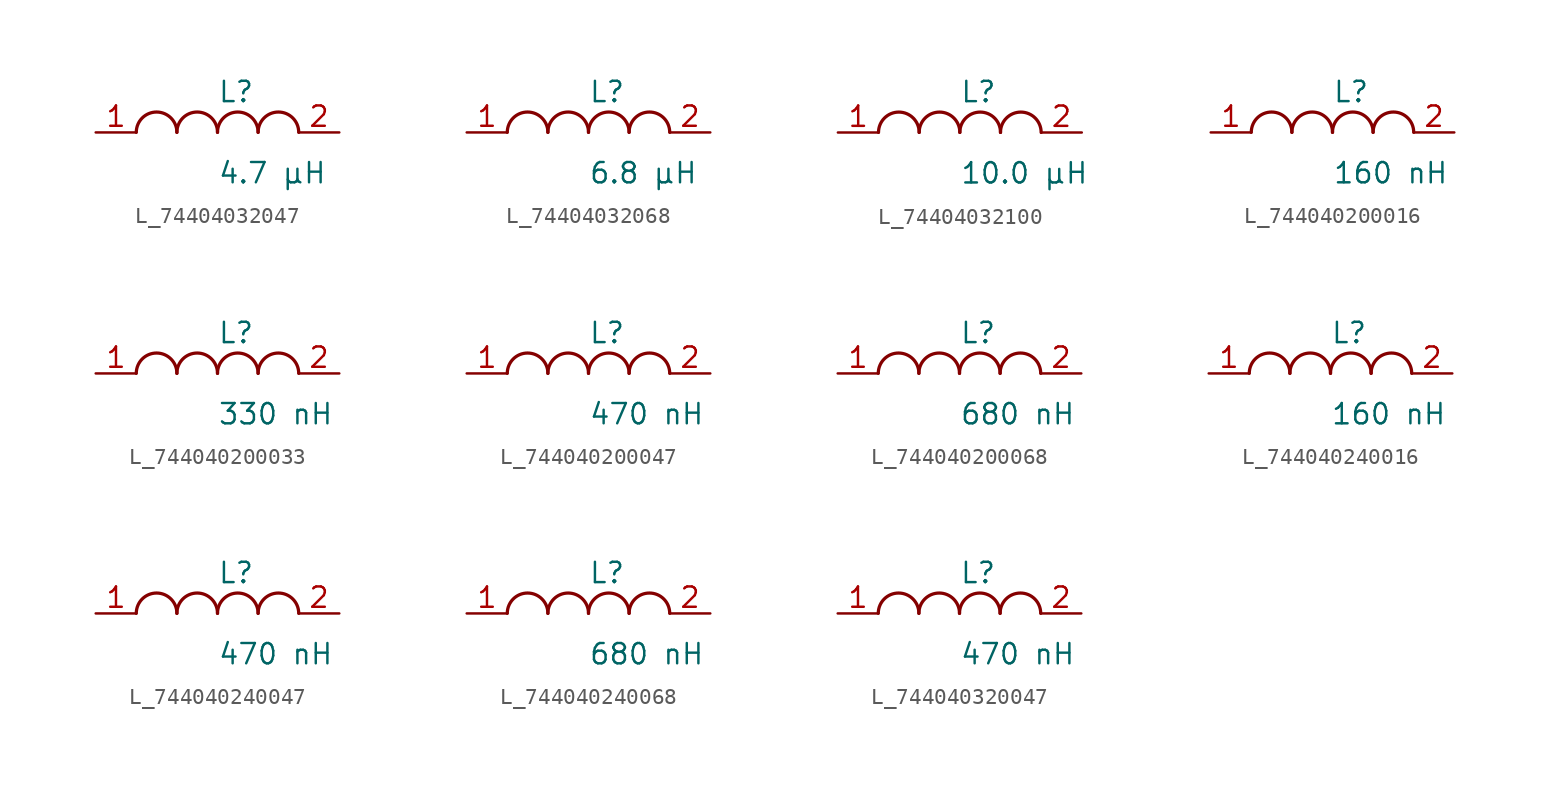
<source format=kicad_sym>
(kicad_symbol_lib
  (version 20231120)
  (generator kicad_symbol_editor)
  (generator_version 8.0)
  (symbol "L_74404032047"
    (pin_names
      (offset 0.254))
    (property "Reference" "L"
      (at 0.0 2.54 0)
      (effects (font (size 1.27 1.27)) (justify left)))
    (property "Value" "4.7 µH"
      (at 0.0 -2.54 0)
      (effects (font (size 1.27 1.27)) (justify left)))
    (symbol "L_74404032047_1_1"
      (arc (start -2.54 0.0056) (mid -3.81 1.27) (end -5.08 0.0056) (stroke (width 0.2032) (type default)) (fill (type none)))
      (arc (start 0 0.0056) (mid -1.27 1.27) (end -2.54 0.0056) (stroke (width 0.2032) (type default)) (fill (type none)))
      (arc (start 2.54 0.0056) (mid 1.27 1.27) (end 0 0.0056) (stroke (width 0.2032) (type default)) (fill (type none)))
      (arc (start 5.08 0.0056) (mid 3.81 1.27) (end 2.54 0.0056) (stroke (width 0.2032) (type default)) (fill (type none)))
      (pin unspecified line (at -7.62 0 0) (length 2.54) (name "" (effects (font (size 1.27 1.27)))) (number "1" (effects (font (size 1.27 1.27)))))
      (pin unspecified line (at 7.62 0 180) (length 2.54) (name "" (effects (font (size 1.27 1.27)))) (number "2" (effects (font (size 1.27 1.27)))))))
  (symbol "L_74404032068"
    (pin_names
      (offset 0.254))
    (property "Reference" "L"
      (at 0.0 2.54 0)
      (effects (font (size 1.27 1.27)) (justify left)))
    (property "Value" "6.8 µH"
      (at 0.0 -2.54 0)
      (effects (font (size 1.27 1.27)) (justify left)))
    (symbol "L_74404032068_1_1"
      (arc (start -2.54 0.0056) (mid -3.81 1.27) (end -5.08 0.0056) (stroke (width 0.2032) (type default)) (fill (type none)))
      (arc (start 0 0.0056) (mid -1.27 1.27) (end -2.54 0.0056) (stroke (width 0.2032) (type default)) (fill (type none)))
      (arc (start 2.54 0.0056) (mid 1.27 1.27) (end 0 0.0056) (stroke (width 0.2032) (type default)) (fill (type none)))
      (arc (start 5.08 0.0056) (mid 3.81 1.27) (end 2.54 0.0056) (stroke (width 0.2032) (type default)) (fill (type none)))
      (pin unspecified line (at -7.62 0 0) (length 2.54) (name "" (effects (font (size 1.27 1.27)))) (number "1" (effects (font (size 1.27 1.27)))))
      (pin unspecified line (at 7.62 0 180) (length 2.54) (name "" (effects (font (size 1.27 1.27)))) (number "2" (effects (font (size 1.27 1.27)))))))
  (symbol "L_74404032100"
    (pin_names
      (offset 0.254))
    (property "Reference" "L"
      (at 0.0 2.54 0)
      (effects (font (size 1.27 1.27)) (justify left)))
    (property "Value" "10.0 µH"
      (at 0.0 -2.54 0)
      (effects (font (size 1.27 1.27)) (justify left)))
    (symbol "L_74404032100_1_1"
      (arc (start -2.54 0.0056) (mid -3.81 1.27) (end -5.08 0.0056) (stroke (width 0.2032) (type default)) (fill (type none)))
      (arc (start 0 0.0056) (mid -1.27 1.27) (end -2.54 0.0056) (stroke (width 0.2032) (type default)) (fill (type none)))
      (arc (start 2.54 0.0056) (mid 1.27 1.27) (end 0 0.0056) (stroke (width 0.2032) (type default)) (fill (type none)))
      (arc (start 5.08 0.0056) (mid 3.81 1.27) (end 2.54 0.0056) (stroke (width 0.2032) (type default)) (fill (type none)))
      (pin unspecified line (at -7.62 0 0) (length 2.54) (name "" (effects (font (size 1.27 1.27)))) (number "1" (effects (font (size 1.27 1.27)))))
      (pin unspecified line (at 7.62 0 180) (length 2.54) (name "" (effects (font (size 1.27 1.27)))) (number "2" (effects (font (size 1.27 1.27)))))))
  (symbol "L_744040200016"
    (pin_names
      (offset 0.254))
    (property "Reference" "L"
      (at 0.0 2.54 0)
      (effects (font (size 1.27 1.27)) (justify left)))
    (property "Value" "160 nH"
      (at 0.0 -2.54 0)
      (effects (font (size 1.27 1.27)) (justify left)))
    (symbol "L_744040200016_1_1"
      (arc (start -2.54 0.0056) (mid -3.81 1.27) (end -5.08 0.0056) (stroke (width 0.2032) (type default)) (fill (type none)))
      (arc (start 0 0.0056) (mid -1.27 1.27) (end -2.54 0.0056) (stroke (width 0.2032) (type default)) (fill (type none)))
      (arc (start 2.54 0.0056) (mid 1.27 1.27) (end 0 0.0056) (stroke (width 0.2032) (type default)) (fill (type none)))
      (arc (start 5.08 0.0056) (mid 3.81 1.27) (end 2.54 0.0056) (stroke (width 0.2032) (type default)) (fill (type none)))
      (pin unspecified line (at -7.62 0 0) (length 2.54) (name "" (effects (font (size 1.27 1.27)))) (number "1" (effects (font (size 1.27 1.27)))))
      (pin unspecified line (at 7.62 0 180) (length 2.54) (name "" (effects (font (size 1.27 1.27)))) (number "2" (effects (font (size 1.27 1.27)))))))
  (symbol "L_744040200033"
    (pin_names
      (offset 0.254))
    (property "Reference" "L"
      (at 0.0 2.54 0)
      (effects (font (size 1.27 1.27)) (justify left)))
    (property "Value" "330 nH"
      (at 0.0 -2.54 0)
      (effects (font (size 1.27 1.27)) (justify left)))
    (symbol "L_744040200033_1_1"
      (arc (start -2.54 0.0056) (mid -3.81 1.27) (end -5.08 0.0056) (stroke (width 0.2032) (type default)) (fill (type none)))
      (arc (start 0 0.0056) (mid -1.27 1.27) (end -2.54 0.0056) (stroke (width 0.2032) (type default)) (fill (type none)))
      (arc (start 2.54 0.0056) (mid 1.27 1.27) (end 0 0.0056) (stroke (width 0.2032) (type default)) (fill (type none)))
      (arc (start 5.08 0.0056) (mid 3.81 1.27) (end 2.54 0.0056) (stroke (width 0.2032) (type default)) (fill (type none)))
      (pin unspecified line (at -7.62 0 0) (length 2.54) (name "" (effects (font (size 1.27 1.27)))) (number "1" (effects (font (size 1.27 1.27)))))
      (pin unspecified line (at 7.62 0 180) (length 2.54) (name "" (effects (font (size 1.27 1.27)))) (number "2" (effects (font (size 1.27 1.27)))))))
  (symbol "L_744040200047"
    (pin_names
      (offset 0.254))
    (property "Reference" "L"
      (at 0.0 2.54 0)
      (effects (font (size 1.27 1.27)) (justify left)))
    (property "Value" "470 nH"
      (at 0.0 -2.54 0)
      (effects (font (size 1.27 1.27)) (justify left)))
    (symbol "L_744040200047_1_1"
      (arc (start -2.54 0.0056) (mid -3.81 1.27) (end -5.08 0.0056) (stroke (width 0.2032) (type default)) (fill (type none)))
      (arc (start 0 0.0056) (mid -1.27 1.27) (end -2.54 0.0056) (stroke (width 0.2032) (type default)) (fill (type none)))
      (arc (start 2.54 0.0056) (mid 1.27 1.27) (end 0 0.0056) (stroke (width 0.2032) (type default)) (fill (type none)))
      (arc (start 5.08 0.0056) (mid 3.81 1.27) (end 2.54 0.0056) (stroke (width 0.2032) (type default)) (fill (type none)))
      (pin unspecified line (at -7.62 0 0) (length 2.54) (name "" (effects (font (size 1.27 1.27)))) (number "1" (effects (font (size 1.27 1.27)))))
      (pin unspecified line (at 7.62 0 180) (length 2.54) (name "" (effects (font (size 1.27 1.27)))) (number "2" (effects (font (size 1.27 1.27)))))))
  (symbol "L_744040200068"
    (pin_names
      (offset 0.254))
    (property "Reference" "L"
      (at 0.0 2.54 0)
      (effects (font (size 1.27 1.27)) (justify left)))
    (property "Value" "680 nH"
      (at 0.0 -2.54 0)
      (effects (font (size 1.27 1.27)) (justify left)))
    (symbol "L_744040200068_1_1"
      (arc (start -2.54 0.0056) (mid -3.81 1.27) (end -5.08 0.0056) (stroke (width 0.2032) (type default)) (fill (type none)))
      (arc (start 0 0.0056) (mid -1.27 1.27) (end -2.54 0.0056) (stroke (width 0.2032) (type default)) (fill (type none)))
      (arc (start 2.54 0.0056) (mid 1.27 1.27) (end 0 0.0056) (stroke (width 0.2032) (type default)) (fill (type none)))
      (arc (start 5.08 0.0056) (mid 3.81 1.27) (end 2.54 0.0056) (stroke (width 0.2032) (type default)) (fill (type none)))
      (pin unspecified line (at -7.62 0 0) (length 2.54) (name "" (effects (font (size 1.27 1.27)))) (number "1" (effects (font (size 1.27 1.27)))))
      (pin unspecified line (at 7.62 0 180) (length 2.54) (name "" (effects (font (size 1.27 1.27)))) (number "2" (effects (font (size 1.27 1.27)))))))
  (symbol "L_744040240016"
    (pin_names
      (offset 0.254))
    (property "Reference" "L"
      (at 0.0 2.54 0)
      (effects (font (size 1.27 1.27)) (justify left)))
    (property "Value" "160 nH"
      (at 0.0 -2.54 0)
      (effects (font (size 1.27 1.27)) (justify left)))
    (symbol "L_744040240016_1_1"
      (arc (start -2.54 0.0056) (mid -3.81 1.27) (end -5.08 0.0056) (stroke (width 0.2032) (type default)) (fill (type none)))
      (arc (start 0 0.0056) (mid -1.27 1.27) (end -2.54 0.0056) (stroke (width 0.2032) (type default)) (fill (type none)))
      (arc (start 2.54 0.0056) (mid 1.27 1.27) (end 0 0.0056) (stroke (width 0.2032) (type default)) (fill (type none)))
      (arc (start 5.08 0.0056) (mid 3.81 1.27) (end 2.54 0.0056) (stroke (width 0.2032) (type default)) (fill (type none)))
      (pin unspecified line (at -7.62 0 0) (length 2.54) (name "" (effects (font (size 1.27 1.27)))) (number "1" (effects (font (size 1.27 1.27)))))
      (pin unspecified line (at 7.62 0 180) (length 2.54) (name "" (effects (font (size 1.27 1.27)))) (number "2" (effects (font (size 1.27 1.27)))))))
  (symbol "L_744040240047"
    (pin_names
      (offset 0.254))
    (property "Reference" "L"
      (at 0.0 2.54 0)
      (effects (font (size 1.27 1.27)) (justify left)))
    (property "Value" "470 nH"
      (at 0.0 -2.54 0)
      (effects (font (size 1.27 1.27)) (justify left)))
    (symbol "L_744040240047_1_1"
      (arc (start -2.54 0.0056) (mid -3.81 1.27) (end -5.08 0.0056) (stroke (width 0.2032) (type default)) (fill (type none)))
      (arc (start 0 0.0056) (mid -1.27 1.27) (end -2.54 0.0056) (stroke (width 0.2032) (type default)) (fill (type none)))
      (arc (start 2.54 0.0056) (mid 1.27 1.27) (end 0 0.0056) (stroke (width 0.2032) (type default)) (fill (type none)))
      (arc (start 5.08 0.0056) (mid 3.81 1.27) (end 2.54 0.0056) (stroke (width 0.2032) (type default)) (fill (type none)))
      (pin unspecified line (at -7.62 0 0) (length 2.54) (name "" (effects (font (size 1.27 1.27)))) (number "1" (effects (font (size 1.27 1.27)))))
      (pin unspecified line (at 7.62 0 180) (length 2.54) (name "" (effects (font (size 1.27 1.27)))) (number "2" (effects (font (size 1.27 1.27)))))))
  (symbol "L_744040240068"
    (pin_names
      (offset 0.254))
    (property "Reference" "L"
      (at 0.0 2.54 0)
      (effects (font (size 1.27 1.27)) (justify left)))
    (property "Value" "680 nH"
      (at 0.0 -2.54 0)
      (effects (font (size 1.27 1.27)) (justify left)))
    (symbol "L_744040240068_1_1"
      (arc (start -2.54 0.0056) (mid -3.81 1.27) (end -5.08 0.0056) (stroke (width 0.2032) (type default)) (fill (type none)))
      (arc (start 0 0.0056) (mid -1.27 1.27) (end -2.54 0.0056) (stroke (width 0.2032) (type default)) (fill (type none)))
      (arc (start 2.54 0.0056) (mid 1.27 1.27) (end 0 0.0056) (stroke (width 0.2032) (type default)) (fill (type none)))
      (arc (start 5.08 0.0056) (mid 3.81 1.27) (end 2.54 0.0056) (stroke (width 0.2032) (type default)) (fill (type none)))
      (pin unspecified line (at -7.62 0 0) (length 2.54) (name "" (effects (font (size 1.27 1.27)))) (number "1" (effects (font (size 1.27 1.27)))))
      (pin unspecified line (at 7.62 0 180) (length 2.54) (name "" (effects (font (size 1.27 1.27)))) (number "2" (effects (font (size 1.27 1.27)))))))
  (symbol "L_744040320047"
    (pin_names
      (offset 0.254))
    (property "Reference" "L"
      (at 0.0 2.54 0)
      (effects (font (size 1.27 1.27)) (justify left)))
    (property "Value" "470 nH"
      (at 0.0 -2.54 0)
      (effects (font (size 1.27 1.27)) (justify left)))
    (symbol "L_744040320047_1_1"
      (arc (start -2.54 0.0056) (mid -3.81 1.27) (end -5.08 0.0056) (stroke (width 0.2032) (type default)) (fill (type none)))
      (arc (start 0 0.0056) (mid -1.27 1.27) (end -2.54 0.0056) (stroke (width 0.2032) (type default)) (fill (type none)))
      (arc (start 2.54 0.0056) (mid 1.27 1.27) (end 0 0.0056) (stroke (width 0.2032) (type default)) (fill (type none)))
      (arc (start 5.08 0.0056) (mid 3.81 1.27) (end 2.54 0.0056) (stroke (width 0.2032) (type default)) (fill (type none)))
      (pin unspecified line (at -7.62 0 0) (length 2.54) (name "" (effects (font (size 1.27 1.27)))) (number "1" (effects (font (size 1.27 1.27)))))
      (pin unspecified line (at 7.62 0 180) (length 2.54) (name "" (effects (font (size 1.27 1.27)))) (number "2" (effects (font (size 1.27 1.27))))))))
</source>
